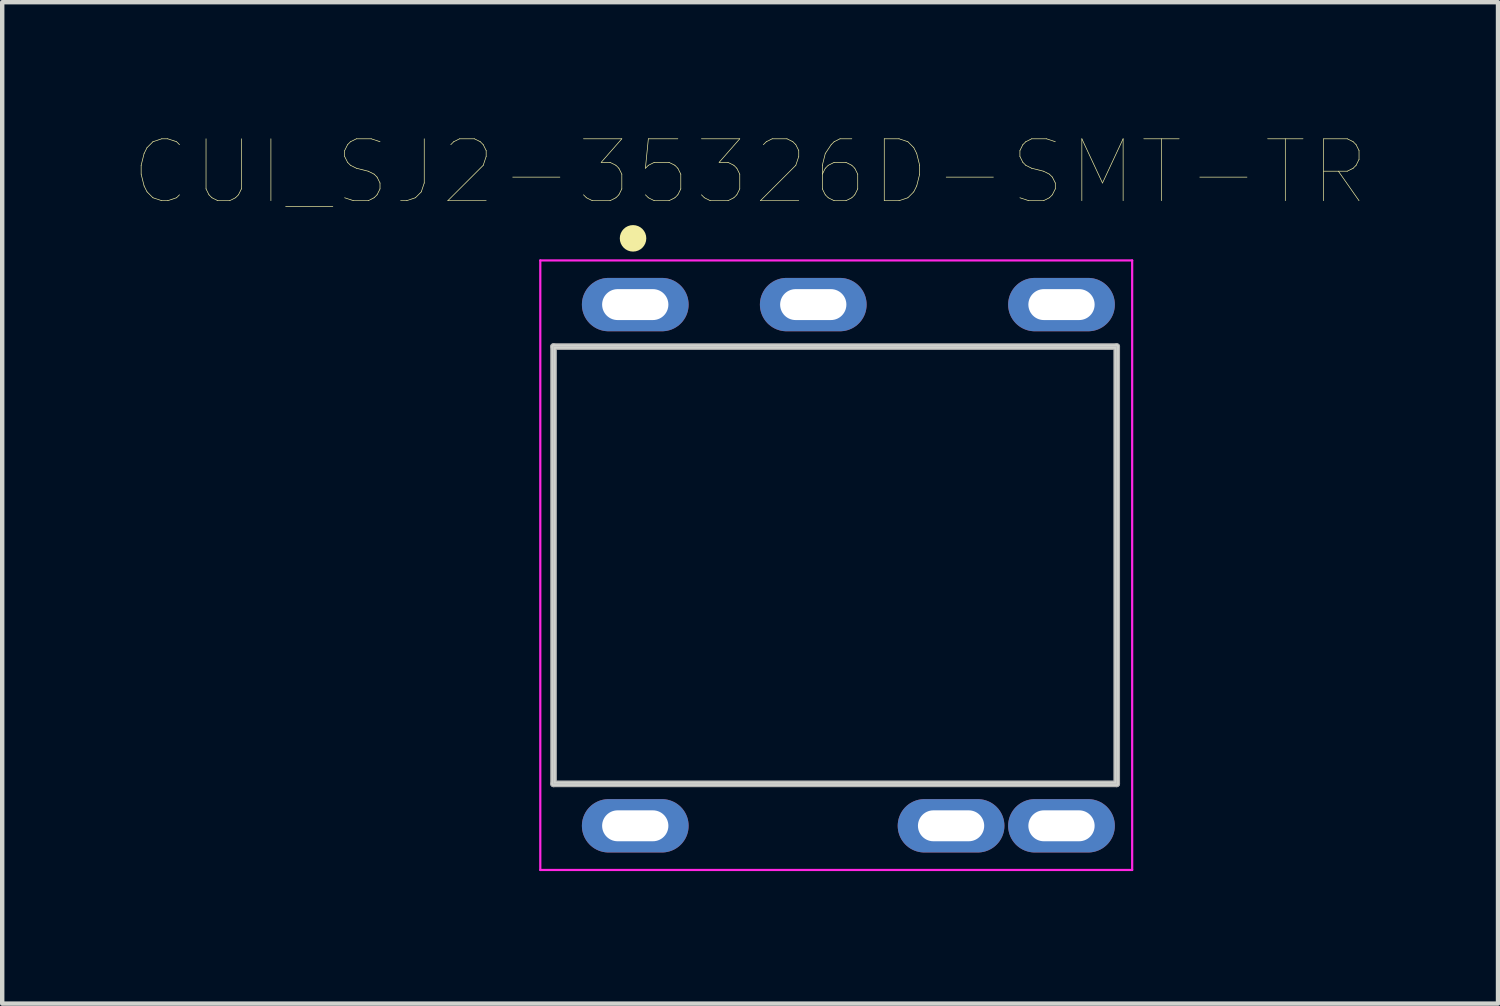
<source format=kicad_pcb>
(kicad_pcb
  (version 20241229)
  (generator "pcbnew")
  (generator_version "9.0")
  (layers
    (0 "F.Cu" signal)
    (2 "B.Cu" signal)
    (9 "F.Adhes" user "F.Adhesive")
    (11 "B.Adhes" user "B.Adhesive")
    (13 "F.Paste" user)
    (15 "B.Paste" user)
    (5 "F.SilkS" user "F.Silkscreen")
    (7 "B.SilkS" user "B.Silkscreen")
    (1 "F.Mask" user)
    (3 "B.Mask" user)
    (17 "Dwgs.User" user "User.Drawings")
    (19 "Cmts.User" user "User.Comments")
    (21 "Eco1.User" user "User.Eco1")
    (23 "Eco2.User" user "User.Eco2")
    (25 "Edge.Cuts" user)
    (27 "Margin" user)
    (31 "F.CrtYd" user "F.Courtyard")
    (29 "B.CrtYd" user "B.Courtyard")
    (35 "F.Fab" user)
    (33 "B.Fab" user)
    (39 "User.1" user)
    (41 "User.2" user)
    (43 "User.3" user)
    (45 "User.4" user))
  (footprint "CUI_SJ2-35326D-SMT-TR"
    (layer "F.Cu")
    (at 9.482 9.746)
    (property "Reference" "CUI_SJ2-35326D-SMT-TR" (at 4.45 -8.9 0) (layer "F.SilkS") (effects (font (size 1.402 1.402) (thickness 0.015))))
    (attr through_hole)
    (fp_poly (pts (xy 0 -4.95) (xy 12.75 -4.95) (xy 12.75 4.959) (xy 0 4.959)) (stroke (width 0.01) (type solid)) (fill yes) (layer "F.Mask"))
    (fp_poly (pts (xy 0 -4.95) (xy 12.75 -4.95) (xy 12.75 4.958) (xy 0 4.958)) (stroke (width 0.01) (type solid)) (fill yes) (layer "B.Mask"))
    (fp_circle (center 1.8 -7.4) (end 1.95 -7.4) (stroke (width 0.3) (type solid)) (fill no) (layer "F.SilkS"))
    (fp_poly (pts (xy 0 -4.95) (xy 12.75 -4.95) (xy 12.75 4.951) (xy 0 4.951)) (stroke (width 0.01) (type solid)) (fill no) (layer "Dwgs.User"))
    (fp_poly (pts (xy 0 -4.95) (xy 12.75 -4.95) (xy 12.75 4.951) (xy 0 4.951)) (stroke (width 0.01) (type solid)) (fill no) (layer "Dwgs.User"))
    (fp_poly (pts (xy 0 -4.95) (xy 12.75 -4.95) (xy 12.75 4.953) (xy 0 4.953)) (stroke (width 0.01) (type solid)) (fill no) (layer "Dwgs.User"))
    (fp_line (start 0 -4.95) (end 12.75 -4.95) (stroke (width 0.1) (type solid)) (layer "Edge.Cuts"))
    (fp_line (start 0 4.95) (end 0 -4.95) (stroke (width 0.1) (type solid)) (layer "Edge.Cuts"))
    (fp_line (start 12.75 -4.95) (end 12.75 4.95) (stroke (width 0.1) (type solid)) (layer "Edge.Cuts"))
    (fp_line (start 12.75 4.95) (end 0 4.95) (stroke (width 0.1) (type solid)) (layer "Edge.Cuts"))
    (fp_line (start -0.3 -6.9) (end 13.1 -6.9) (stroke (width 0.05) (type solid)) (layer "F.CrtYd"))
    (fp_line (start -0.3 6.9) (end -0.3 -6.9) (stroke (width 0.05) (type solid)) (layer "F.CrtYd"))
    (fp_line (start 13.1 -6.9) (end 13.1 6.9) (stroke (width 0.05) (type solid)) (layer "F.CrtYd"))
    (fp_line (start 13.1 6.9) (end -0.3 6.9) (stroke (width 0.05) (type solid)) (layer "F.CrtYd"))
    (fp_line (start 0 -4.95) (end 12.75 -4.95) (stroke (width 0.152) (type solid)) (layer "F.Fab"))
    (fp_line (start 0 4.95) (end 0 -4.95) (stroke (width 0.152) (type solid)) (layer "F.Fab"))
    (fp_line (start 12.75 -4.95) (end 12.75 4.95) (stroke (width 0.152) (type solid)) (layer "F.Fab"))
    (fp_line (start 12.75 4.95) (end 0 4.95) (stroke (width 0.152) (type solid)) (layer "F.Fab"))
    (pad "1" thru_hole oval (at 1.85 -5.9) (size 2.416 1.208) (drill oval 1.5 0.7) (layers "*.Cu" "*.Mask"))
    (pad "2" thru_hole oval (at 11.5 -5.9) (size 2.416 1.208) (drill oval 1.5 0.7) (layers "*.Cu" "*.Mask"))
    (pad "3" thru_hole oval (at 11.5 5.9) (size 2.416 1.208) (drill oval 1.5 0.7) (layers "*.Cu" "*.Mask"))
    (pad "4" thru_hole oval (at 5.88 -5.9) (size 2.416 1.208) (drill oval 1.5 0.7) (layers "*.Cu" "*.Mask"))
    (pad "5" thru_hole oval (at 9 5.9) (size 2.416 1.208) (drill oval 1.5 0.7) (layers "*.Cu" "*.Mask"))
    (pad "6" thru_hole oval (at 1.85 5.9) (size 2.416 1.208) (drill oval 1.5 0.7) (layers "*.Cu" "*.Mask")))
  (gr_rect
    (start -3 -3)
    (end 30.865 19.671)
    (stroke (width 0.1) (type default))
    (fill no)
    (layer "Edge.Cuts")))
</source>
